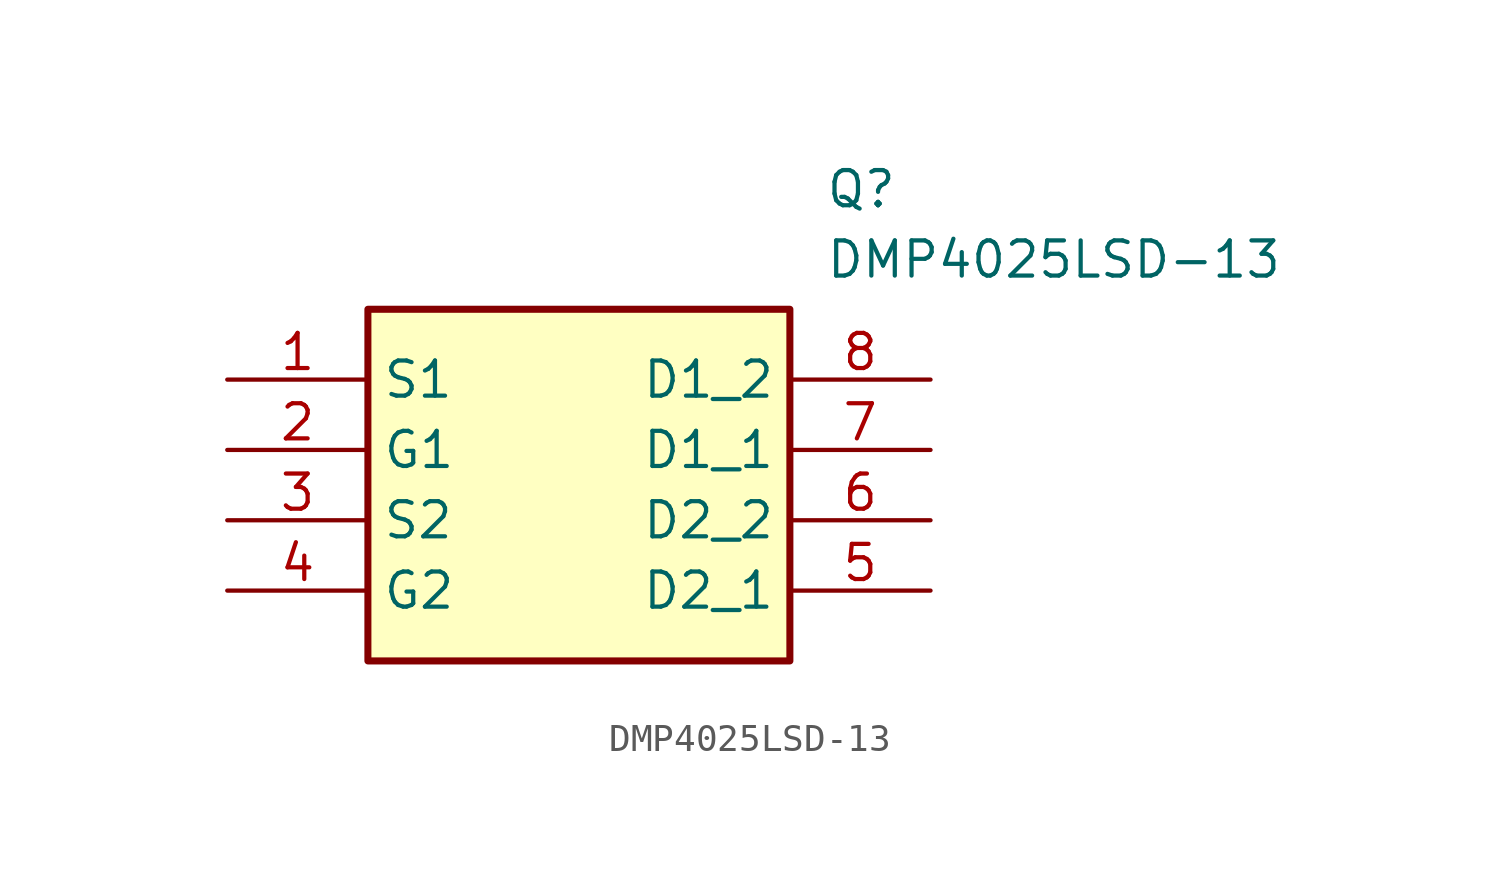
<source format=kicad_sym>
(kicad_symbol_lib
  (version 20211014)
  (generator SamacSys_ECAD_Model)
  (symbol "DMP4025LSD-13"
    (property "Reference" "Q"
      (at 21.59 7.62 0)
      (effects (font (size 1.27 1.27)) (justify left top)))
    (property "Value" "DMP4025LSD-13"
      (at 21.59 5.08 0)
      (effects (font (size 1.27 1.27)) (justify left top)))
    (rectangle
      (start 5.08 2.54)
      (end 20.32 -10.16)
      (stroke (width 0.254) (type default))
      (fill (type background)))
    (pin passive line
      (at 0 0 0)
      (length 5.08)
      (name "S1" (effects (font (size 1.27 1.27))))
      (number "1" (effects (font (size 1.27 1.27)))))
    (pin passive line
      (at 0 -2.54 0)
      (length 5.08)
      (name "G1" (effects (font (size 1.27 1.27))))
      (number "2" (effects (font (size 1.27 1.27)))))
    (pin passive line
      (at 0 -5.08 0)
      (length 5.08)
      (name "S2" (effects (font (size 1.27 1.27))))
      (number "3" (effects (font (size 1.27 1.27)))))
    (pin passive line
      (at 0 -7.62 0)
      (length 5.08)
      (name "G2" (effects (font (size 1.27 1.27))))
      (number "4" (effects (font (size 1.27 1.27)))))
    (pin passive line
      (at 25.4 0 180)
      (length 5.08)
      (name "D1_2" (effects (font (size 1.27 1.27))))
      (number "8" (effects (font (size 1.27 1.27)))))
    (pin passive line
      (at 25.4 -2.54 180)
      (length 5.08)
      (name "D1_1" (effects (font (size 1.27 1.27))))
      (number "7" (effects (font (size 1.27 1.27)))))
    (pin passive line
      (at 25.4 -5.08 180)
      (length 5.08)
      (name "D2_2" (effects (font (size 1.27 1.27))))
      (number "6" (effects (font (size 1.27 1.27)))))
    (pin passive line
      (at 25.4 -7.62 180)
      (length 5.08)
      (name "D2_1" (effects (font (size 1.27 1.27))))
      (number "5" (effects (font (size 1.27 1.27)))))))
</source>
